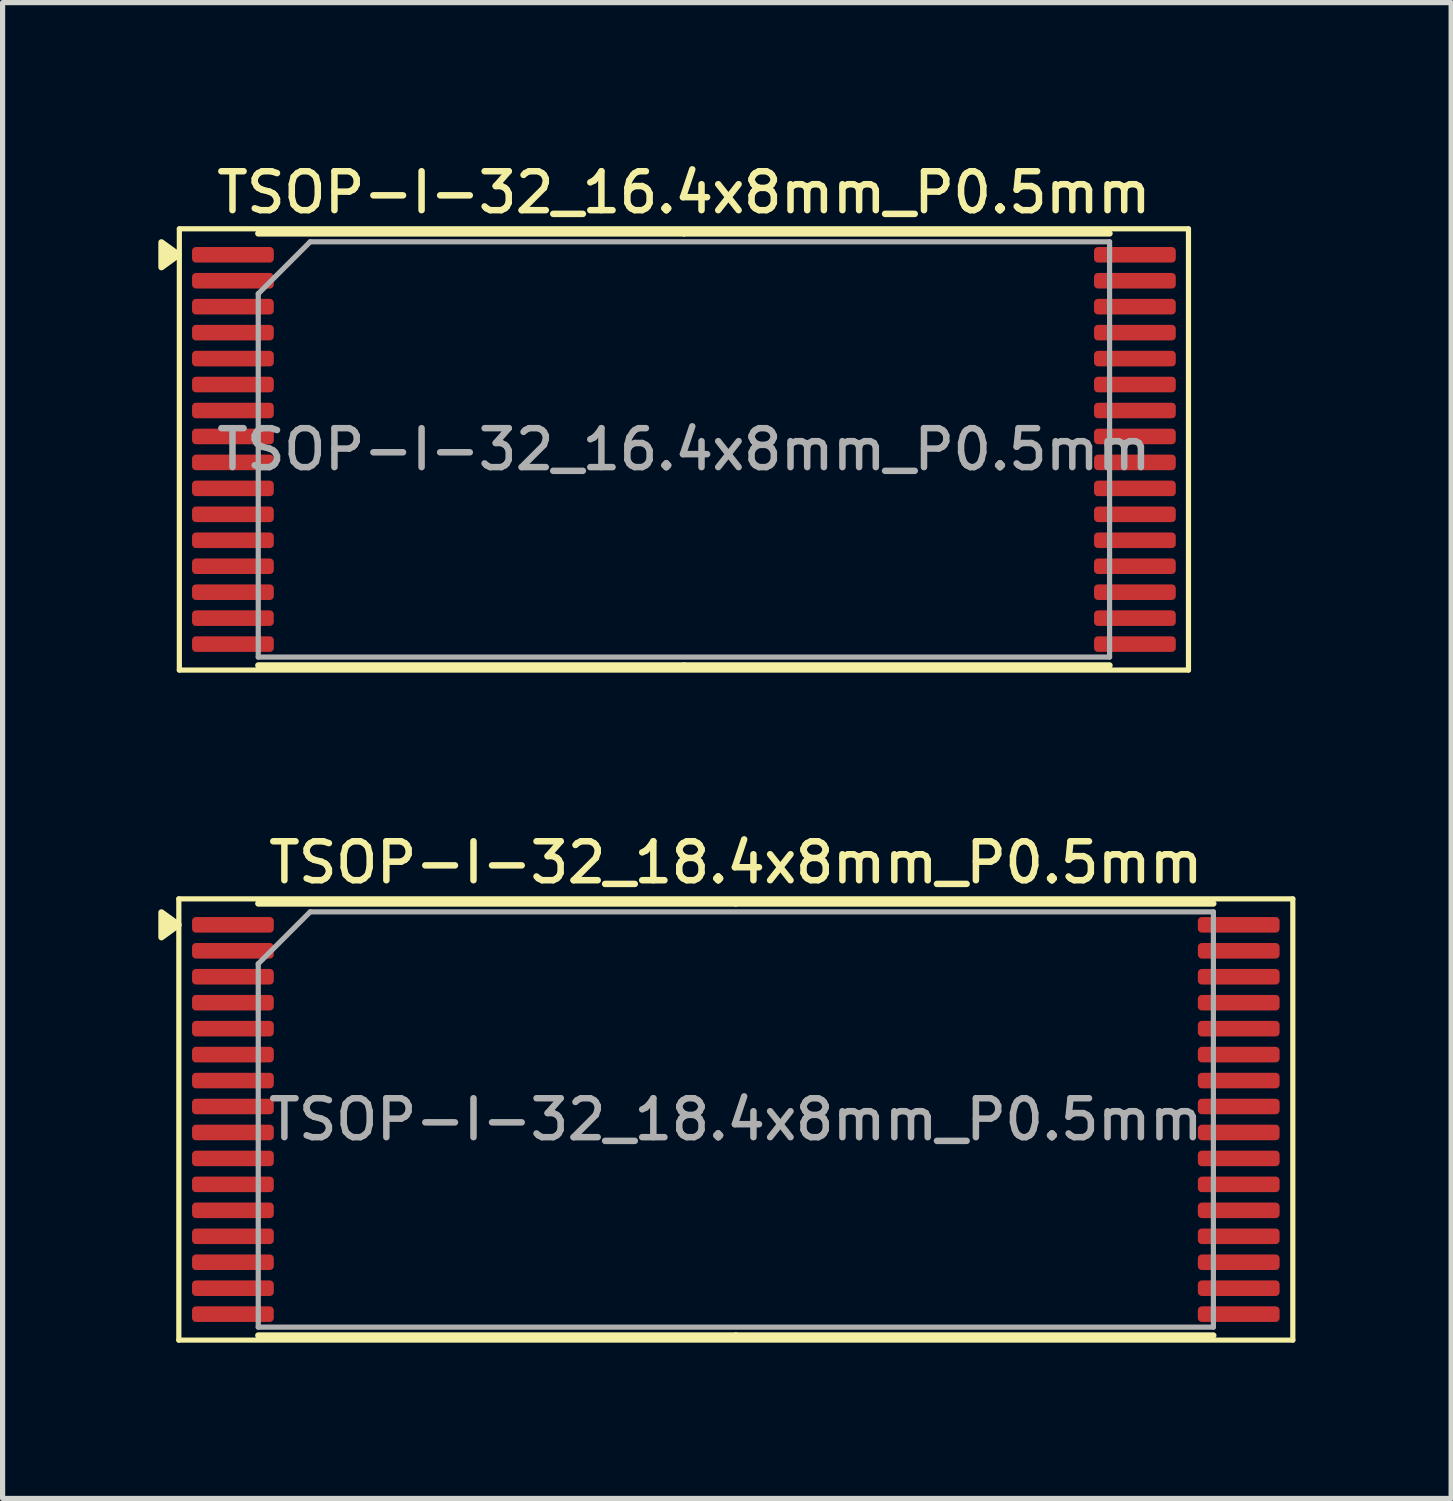
<source format=kicad_pcb>
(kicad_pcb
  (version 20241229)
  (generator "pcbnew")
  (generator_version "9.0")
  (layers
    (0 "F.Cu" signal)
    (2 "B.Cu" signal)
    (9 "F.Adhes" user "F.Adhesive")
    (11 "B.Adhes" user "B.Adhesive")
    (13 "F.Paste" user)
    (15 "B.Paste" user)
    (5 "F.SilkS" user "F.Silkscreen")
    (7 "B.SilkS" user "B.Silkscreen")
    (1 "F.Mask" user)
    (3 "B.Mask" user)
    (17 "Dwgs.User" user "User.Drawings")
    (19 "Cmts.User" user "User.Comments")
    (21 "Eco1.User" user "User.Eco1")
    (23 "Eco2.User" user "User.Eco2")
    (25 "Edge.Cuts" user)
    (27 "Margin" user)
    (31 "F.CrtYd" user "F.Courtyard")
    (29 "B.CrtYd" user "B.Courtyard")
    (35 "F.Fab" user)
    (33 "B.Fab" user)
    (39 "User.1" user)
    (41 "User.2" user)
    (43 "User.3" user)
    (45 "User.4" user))
  (footprint "TSOP-I-32_16.4x8mm_P0.5mm"
    (layer "F.Cu")
    (at 10.125 5.608)
    (property "Reference" "TSOP-I-32_16.4x8mm_P0.5mm" (at 0 -4.95 0) (layer "F.SilkS") (effects (font (size 0.75 0.75) (thickness 0.125))))
    (attr smd)
    (fp_line (start -9.72 -4.25) (end -9.72 4.25) (stroke (width 0.1) (type solid)) (layer "F.SilkS"))
    (fp_line (start -9.72 4.25) (end 9.72 4.25) (stroke (width 0.1) (type solid)) (layer "F.SilkS"))
    (fp_line (start 0 -4.16) (end -8.2 -4.16) (stroke (width 0.12) (type solid)) (layer "F.SilkS"))
    (fp_line (start 0 -4.16) (end 8.2 -4.16) (stroke (width 0.12) (type solid)) (layer "F.SilkS"))
    (fp_line (start 0 4.16) (end -8.2 4.16) (stroke (width 0.12) (type solid)) (layer "F.SilkS"))
    (fp_line (start 0 4.16) (end 8.2 4.16) (stroke (width 0.12) (type solid)) (layer "F.SilkS"))
    (fp_line (start 9.72 -4.25) (end -9.72 -4.25) (stroke (width 0.1) (type solid)) (layer "F.SilkS"))
    (fp_line (start 9.72 4.25) (end 9.72 -4.25) (stroke (width 0.1) (type solid)) (layer "F.SilkS"))
    (fp_poly (pts (xy -9.735 -3.75) (xy -10.065 -3.99) (xy -10.065 -3.51) (xy -9.735 -3.75)) (stroke (width 0.12) (type solid)) (fill yes) (layer "F.SilkS"))
    (fp_line (start -8.2 -3) (end -7.2 -4) (stroke (width 0.1) (type solid)) (layer "F.Fab"))
    (fp_line (start -8.2 4) (end -8.2 -3) (stroke (width 0.1) (type solid)) (layer "F.Fab"))
    (fp_line (start -7.2 -4) (end 8.2 -4) (stroke (width 0.1) (type solid)) (layer "F.Fab"))
    (fp_line (start 8.2 -4) (end 8.2 4) (stroke (width 0.1) (type solid)) (layer "F.Fab"))
    (fp_line (start 8.2 4) (end -8.2 4) (stroke (width 0.1) (type solid)) (layer "F.Fab"))
    (fp_text user "${REFERENCE}" (at 0 0 0) (layer "F.Fab") (effects (font (size 0.75 0.75) (thickness 0.125))))
    (pad "1" smd roundrect (at -8.688 -3.75) (size 1.575 0.3) (layers "F.Cu" "F.Mask" "F.Paste") (roundrect_rratio 0.25))
    (pad "2" smd roundrect (at -8.688 -3.25) (size 1.575 0.3) (layers "F.Cu" "F.Mask" "F.Paste") (roundrect_rratio 0.25))
    (pad "3" smd roundrect (at -8.688 -2.75) (size 1.575 0.3) (layers "F.Cu" "F.Mask" "F.Paste") (roundrect_rratio 0.25))
    (pad "4" smd roundrect (at -8.688 -2.25) (size 1.575 0.3) (layers "F.Cu" "F.Mask" "F.Paste") (roundrect_rratio 0.25))
    (pad "5" smd roundrect (at -8.688 -1.75) (size 1.575 0.3) (layers "F.Cu" "F.Mask" "F.Paste") (roundrect_rratio 0.25))
    (pad "6" smd roundrect (at -8.688 -1.25) (size 1.575 0.3) (layers "F.Cu" "F.Mask" "F.Paste") (roundrect_rratio 0.25))
    (pad "7" smd roundrect (at -8.688 -0.75) (size 1.575 0.3) (layers "F.Cu" "F.Mask" "F.Paste") (roundrect_rratio 0.25))
    (pad "8" smd roundrect (at -8.688 -0.25) (size 1.575 0.3) (layers "F.Cu" "F.Mask" "F.Paste") (roundrect_rratio 0.25))
    (pad "9" smd roundrect (at -8.688 0.25) (size 1.575 0.3) (layers "F.Cu" "F.Mask" "F.Paste") (roundrect_rratio 0.25))
    (pad "10" smd roundrect (at -8.688 0.75) (size 1.575 0.3) (layers "F.Cu" "F.Mask" "F.Paste") (roundrect_rratio 0.25))
    (pad "11" smd roundrect (at -8.688 1.25) (size 1.575 0.3) (layers "F.Cu" "F.Mask" "F.Paste") (roundrect_rratio 0.25))
    (pad "12" smd roundrect (at -8.688 1.75) (size 1.575 0.3) (layers "F.Cu" "F.Mask" "F.Paste") (roundrect_rratio 0.25))
    (pad "13" smd roundrect (at -8.688 2.25) (size 1.575 0.3) (layers "F.Cu" "F.Mask" "F.Paste") (roundrect_rratio 0.25))
    (pad "14" smd roundrect (at -8.688 2.75) (size 1.575 0.3) (layers "F.Cu" "F.Mask" "F.Paste") (roundrect_rratio 0.25))
    (pad "15" smd roundrect (at -8.688 3.25) (size 1.575 0.3) (layers "F.Cu" "F.Mask" "F.Paste") (roundrect_rratio 0.25))
    (pad "16" smd roundrect (at -8.688 3.75) (size 1.575 0.3) (layers "F.Cu" "F.Mask" "F.Paste") (roundrect_rratio 0.25))
    (pad "17" smd roundrect (at 8.688 3.75) (size 1.575 0.3) (layers "F.Cu" "F.Mask" "F.Paste") (roundrect_rratio 0.25))
    (pad "18" smd roundrect (at 8.688 3.25) (size 1.575 0.3) (layers "F.Cu" "F.Mask" "F.Paste") (roundrect_rratio 0.25))
    (pad "19" smd roundrect (at 8.688 2.75) (size 1.575 0.3) (layers "F.Cu" "F.Mask" "F.Paste") (roundrect_rratio 0.25))
    (pad "20" smd roundrect (at 8.688 2.25) (size 1.575 0.3) (layers "F.Cu" "F.Mask" "F.Paste") (roundrect_rratio 0.25))
    (pad "21" smd roundrect (at 8.688 1.75) (size 1.575 0.3) (layers "F.Cu" "F.Mask" "F.Paste") (roundrect_rratio 0.25))
    (pad "22" smd roundrect (at 8.688 1.25) (size 1.575 0.3) (layers "F.Cu" "F.Mask" "F.Paste") (roundrect_rratio 0.25))
    (pad "23" smd roundrect (at 8.688 0.75) (size 1.575 0.3) (layers "F.Cu" "F.Mask" "F.Paste") (roundrect_rratio 0.25))
    (pad "24" smd roundrect (at 8.688 0.25) (size 1.575 0.3) (layers "F.Cu" "F.Mask" "F.Paste") (roundrect_rratio 0.25))
    (pad "25" smd roundrect (at 8.688 -0.25) (size 1.575 0.3) (layers "F.Cu" "F.Mask" "F.Paste") (roundrect_rratio 0.25))
    (pad "26" smd roundrect (at 8.688 -0.75) (size 1.575 0.3) (layers "F.Cu" "F.Mask" "F.Paste") (roundrect_rratio 0.25))
    (pad "27" smd roundrect (at 8.688 -1.25) (size 1.575 0.3) (layers "F.Cu" "F.Mask" "F.Paste") (roundrect_rratio 0.25))
    (pad "28" smd roundrect (at 8.688 -1.75) (size 1.575 0.3) (layers "F.Cu" "F.Mask" "F.Paste") (roundrect_rratio 0.25))
    (pad "29" smd roundrect (at 8.688 -2.25) (size 1.575 0.3) (layers "F.Cu" "F.Mask" "F.Paste") (roundrect_rratio 0.25))
    (pad "30" smd roundrect (at 8.688 -2.75) (size 1.575 0.3) (layers "F.Cu" "F.Mask" "F.Paste") (roundrect_rratio 0.25))
    (pad "31" smd roundrect (at 8.688 -3.25) (size 1.575 0.3) (layers "F.Cu" "F.Mask" "F.Paste") (roundrect_rratio 0.25))
    (pad "32" smd roundrect (at 8.688 -3.75) (size 1.575 0.3) (layers "F.Cu" "F.Mask" "F.Paste") (roundrect_rratio 0.25)))
  (footprint "TSOP-I-32_18.4x8mm_P0.5mm"
    (layer "F.Cu")
    (at 11.125 18.516)
    (property "Reference" "TSOP-I-32_18.4x8mm_P0.5mm" (at 0 -4.95 0) (layer "F.SilkS") (effects (font (size 0.75 0.75) (thickness 0.125))))
    (attr smd)
    (fp_line (start -10.73 -4.25) (end -10.73 4.25) (stroke (width 0.1) (type solid)) (layer "F.SilkS"))
    (fp_line (start -10.73 4.25) (end 10.73 4.25) (stroke (width 0.1) (type solid)) (layer "F.SilkS"))
    (fp_line (start 0 -4.16) (end -9.2 -4.16) (stroke (width 0.12) (type solid)) (layer "F.SilkS"))
    (fp_line (start 0 -4.16) (end 9.2 -4.16) (stroke (width 0.12) (type solid)) (layer "F.SilkS"))
    (fp_line (start 0 4.16) (end -9.2 4.16) (stroke (width 0.12) (type solid)) (layer "F.SilkS"))
    (fp_line (start 0 4.16) (end 9.2 4.16) (stroke (width 0.12) (type solid)) (layer "F.SilkS"))
    (fp_line (start 10.73 -4.25) (end -10.73 -4.25) (stroke (width 0.1) (type solid)) (layer "F.SilkS"))
    (fp_line (start 10.73 4.25) (end 10.73 -4.25) (stroke (width 0.1) (type solid)) (layer "F.SilkS"))
    (fp_poly (pts (xy -10.735 -3.75) (xy -11.065 -3.99) (xy -11.065 -3.51) (xy -10.735 -3.75)) (stroke (width 0.12) (type solid)) (fill yes) (layer "F.SilkS"))
    (fp_line (start -9.2 -3) (end -8.2 -4) (stroke (width 0.1) (type solid)) (layer "F.Fab"))
    (fp_line (start -9.2 4) (end -9.2 -3) (stroke (width 0.1) (type solid)) (layer "F.Fab"))
    (fp_line (start -8.2 -4) (end 9.2 -4) (stroke (width 0.1) (type solid)) (layer "F.Fab"))
    (fp_line (start 9.2 -4) (end 9.2 4) (stroke (width 0.1) (type solid)) (layer "F.Fab"))
    (fp_line (start 9.2 4) (end -9.2 4) (stroke (width 0.1) (type solid)) (layer "F.Fab"))
    (fp_text user "${REFERENCE}" (at 0 0 0) (layer "F.Fab") (effects (font (size 0.75 0.75) (thickness 0.125))))
    (pad "1" smd roundrect (at -9.688 -3.75) (size 1.575 0.3) (layers "F.Cu" "F.Mask" "F.Paste") (roundrect_rratio 0.25))
    (pad "2" smd roundrect (at -9.688 -3.25) (size 1.575 0.3) (layers "F.Cu" "F.Mask" "F.Paste") (roundrect_rratio 0.25))
    (pad "3" smd roundrect (at -9.688 -2.75) (size 1.575 0.3) (layers "F.Cu" "F.Mask" "F.Paste") (roundrect_rratio 0.25))
    (pad "4" smd roundrect (at -9.688 -2.25) (size 1.575 0.3) (layers "F.Cu" "F.Mask" "F.Paste") (roundrect_rratio 0.25))
    (pad "5" smd roundrect (at -9.688 -1.75) (size 1.575 0.3) (layers "F.Cu" "F.Mask" "F.Paste") (roundrect_rratio 0.25))
    (pad "6" smd roundrect (at -9.688 -1.25) (size 1.575 0.3) (layers "F.Cu" "F.Mask" "F.Paste") (roundrect_rratio 0.25))
    (pad "7" smd roundrect (at -9.688 -0.75) (size 1.575 0.3) (layers "F.Cu" "F.Mask" "F.Paste") (roundrect_rratio 0.25))
    (pad "8" smd roundrect (at -9.688 -0.25) (size 1.575 0.3) (layers "F.Cu" "F.Mask" "F.Paste") (roundrect_rratio 0.25))
    (pad "9" smd roundrect (at -9.688 0.25) (size 1.575 0.3) (layers "F.Cu" "F.Mask" "F.Paste") (roundrect_rratio 0.25))
    (pad "10" smd roundrect (at -9.688 0.75) (size 1.575 0.3) (layers "F.Cu" "F.Mask" "F.Paste") (roundrect_rratio 0.25))
    (pad "11" smd roundrect (at -9.688 1.25) (size 1.575 0.3) (layers "F.Cu" "F.Mask" "F.Paste") (roundrect_rratio 0.25))
    (pad "12" smd roundrect (at -9.688 1.75) (size 1.575 0.3) (layers "F.Cu" "F.Mask" "F.Paste") (roundrect_rratio 0.25))
    (pad "13" smd roundrect (at -9.688 2.25) (size 1.575 0.3) (layers "F.Cu" "F.Mask" "F.Paste") (roundrect_rratio 0.25))
    (pad "14" smd roundrect (at -9.688 2.75) (size 1.575 0.3) (layers "F.Cu" "F.Mask" "F.Paste") (roundrect_rratio 0.25))
    (pad "15" smd roundrect (at -9.688 3.25) (size 1.575 0.3) (layers "F.Cu" "F.Mask" "F.Paste") (roundrect_rratio 0.25))
    (pad "16" smd roundrect (at -9.688 3.75) (size 1.575 0.3) (layers "F.Cu" "F.Mask" "F.Paste") (roundrect_rratio 0.25))
    (pad "17" smd roundrect (at 9.688 3.75) (size 1.575 0.3) (layers "F.Cu" "F.Mask" "F.Paste") (roundrect_rratio 0.25))
    (pad "18" smd roundrect (at 9.688 3.25) (size 1.575 0.3) (layers "F.Cu" "F.Mask" "F.Paste") (roundrect_rratio 0.25))
    (pad "19" smd roundrect (at 9.688 2.75) (size 1.575 0.3) (layers "F.Cu" "F.Mask" "F.Paste") (roundrect_rratio 0.25))
    (pad "20" smd roundrect (at 9.688 2.25) (size 1.575 0.3) (layers "F.Cu" "F.Mask" "F.Paste") (roundrect_rratio 0.25))
    (pad "21" smd roundrect (at 9.688 1.75) (size 1.575 0.3) (layers "F.Cu" "F.Mask" "F.Paste") (roundrect_rratio 0.25))
    (pad "22" smd roundrect (at 9.688 1.25) (size 1.575 0.3) (layers "F.Cu" "F.Mask" "F.Paste") (roundrect_rratio 0.25))
    (pad "23" smd roundrect (at 9.688 0.75) (size 1.575 0.3) (layers "F.Cu" "F.Mask" "F.Paste") (roundrect_rratio 0.25))
    (pad "24" smd roundrect (at 9.688 0.25) (size 1.575 0.3) (layers "F.Cu" "F.Mask" "F.Paste") (roundrect_rratio 0.25))
    (pad "25" smd roundrect (at 9.688 -0.25) (size 1.575 0.3) (layers "F.Cu" "F.Mask" "F.Paste") (roundrect_rratio 0.25))
    (pad "26" smd roundrect (at 9.688 -0.75) (size 1.575 0.3) (layers "F.Cu" "F.Mask" "F.Paste") (roundrect_rratio 0.25))
    (pad "27" smd roundrect (at 9.688 -1.25) (size 1.575 0.3) (layers "F.Cu" "F.Mask" "F.Paste") (roundrect_rratio 0.25))
    (pad "28" smd roundrect (at 9.688 -1.75) (size 1.575 0.3) (layers "F.Cu" "F.Mask" "F.Paste") (roundrect_rratio 0.25))
    (pad "29" smd roundrect (at 9.688 -2.25) (size 1.575 0.3) (layers "F.Cu" "F.Mask" "F.Paste") (roundrect_rratio 0.25))
    (pad "30" smd roundrect (at 9.688 -2.75) (size 1.575 0.3) (layers "F.Cu" "F.Mask" "F.Paste") (roundrect_rratio 0.25))
    (pad "31" smd roundrect (at 9.688 -3.25) (size 1.575 0.3) (layers "F.Cu" "F.Mask" "F.Paste") (roundrect_rratio 0.25))
    (pad "32" smd roundrect (at 9.688 -3.75) (size 1.575 0.3) (layers "F.Cu" "F.Mask" "F.Paste") (roundrect_rratio 0.25)))
  (gr_rect
    (start -3 -3)
    (end 24.905 25.816)
    (stroke (width 0.1) (type default))
    (fill no)
    (layer "Edge.Cuts")))
</source>
